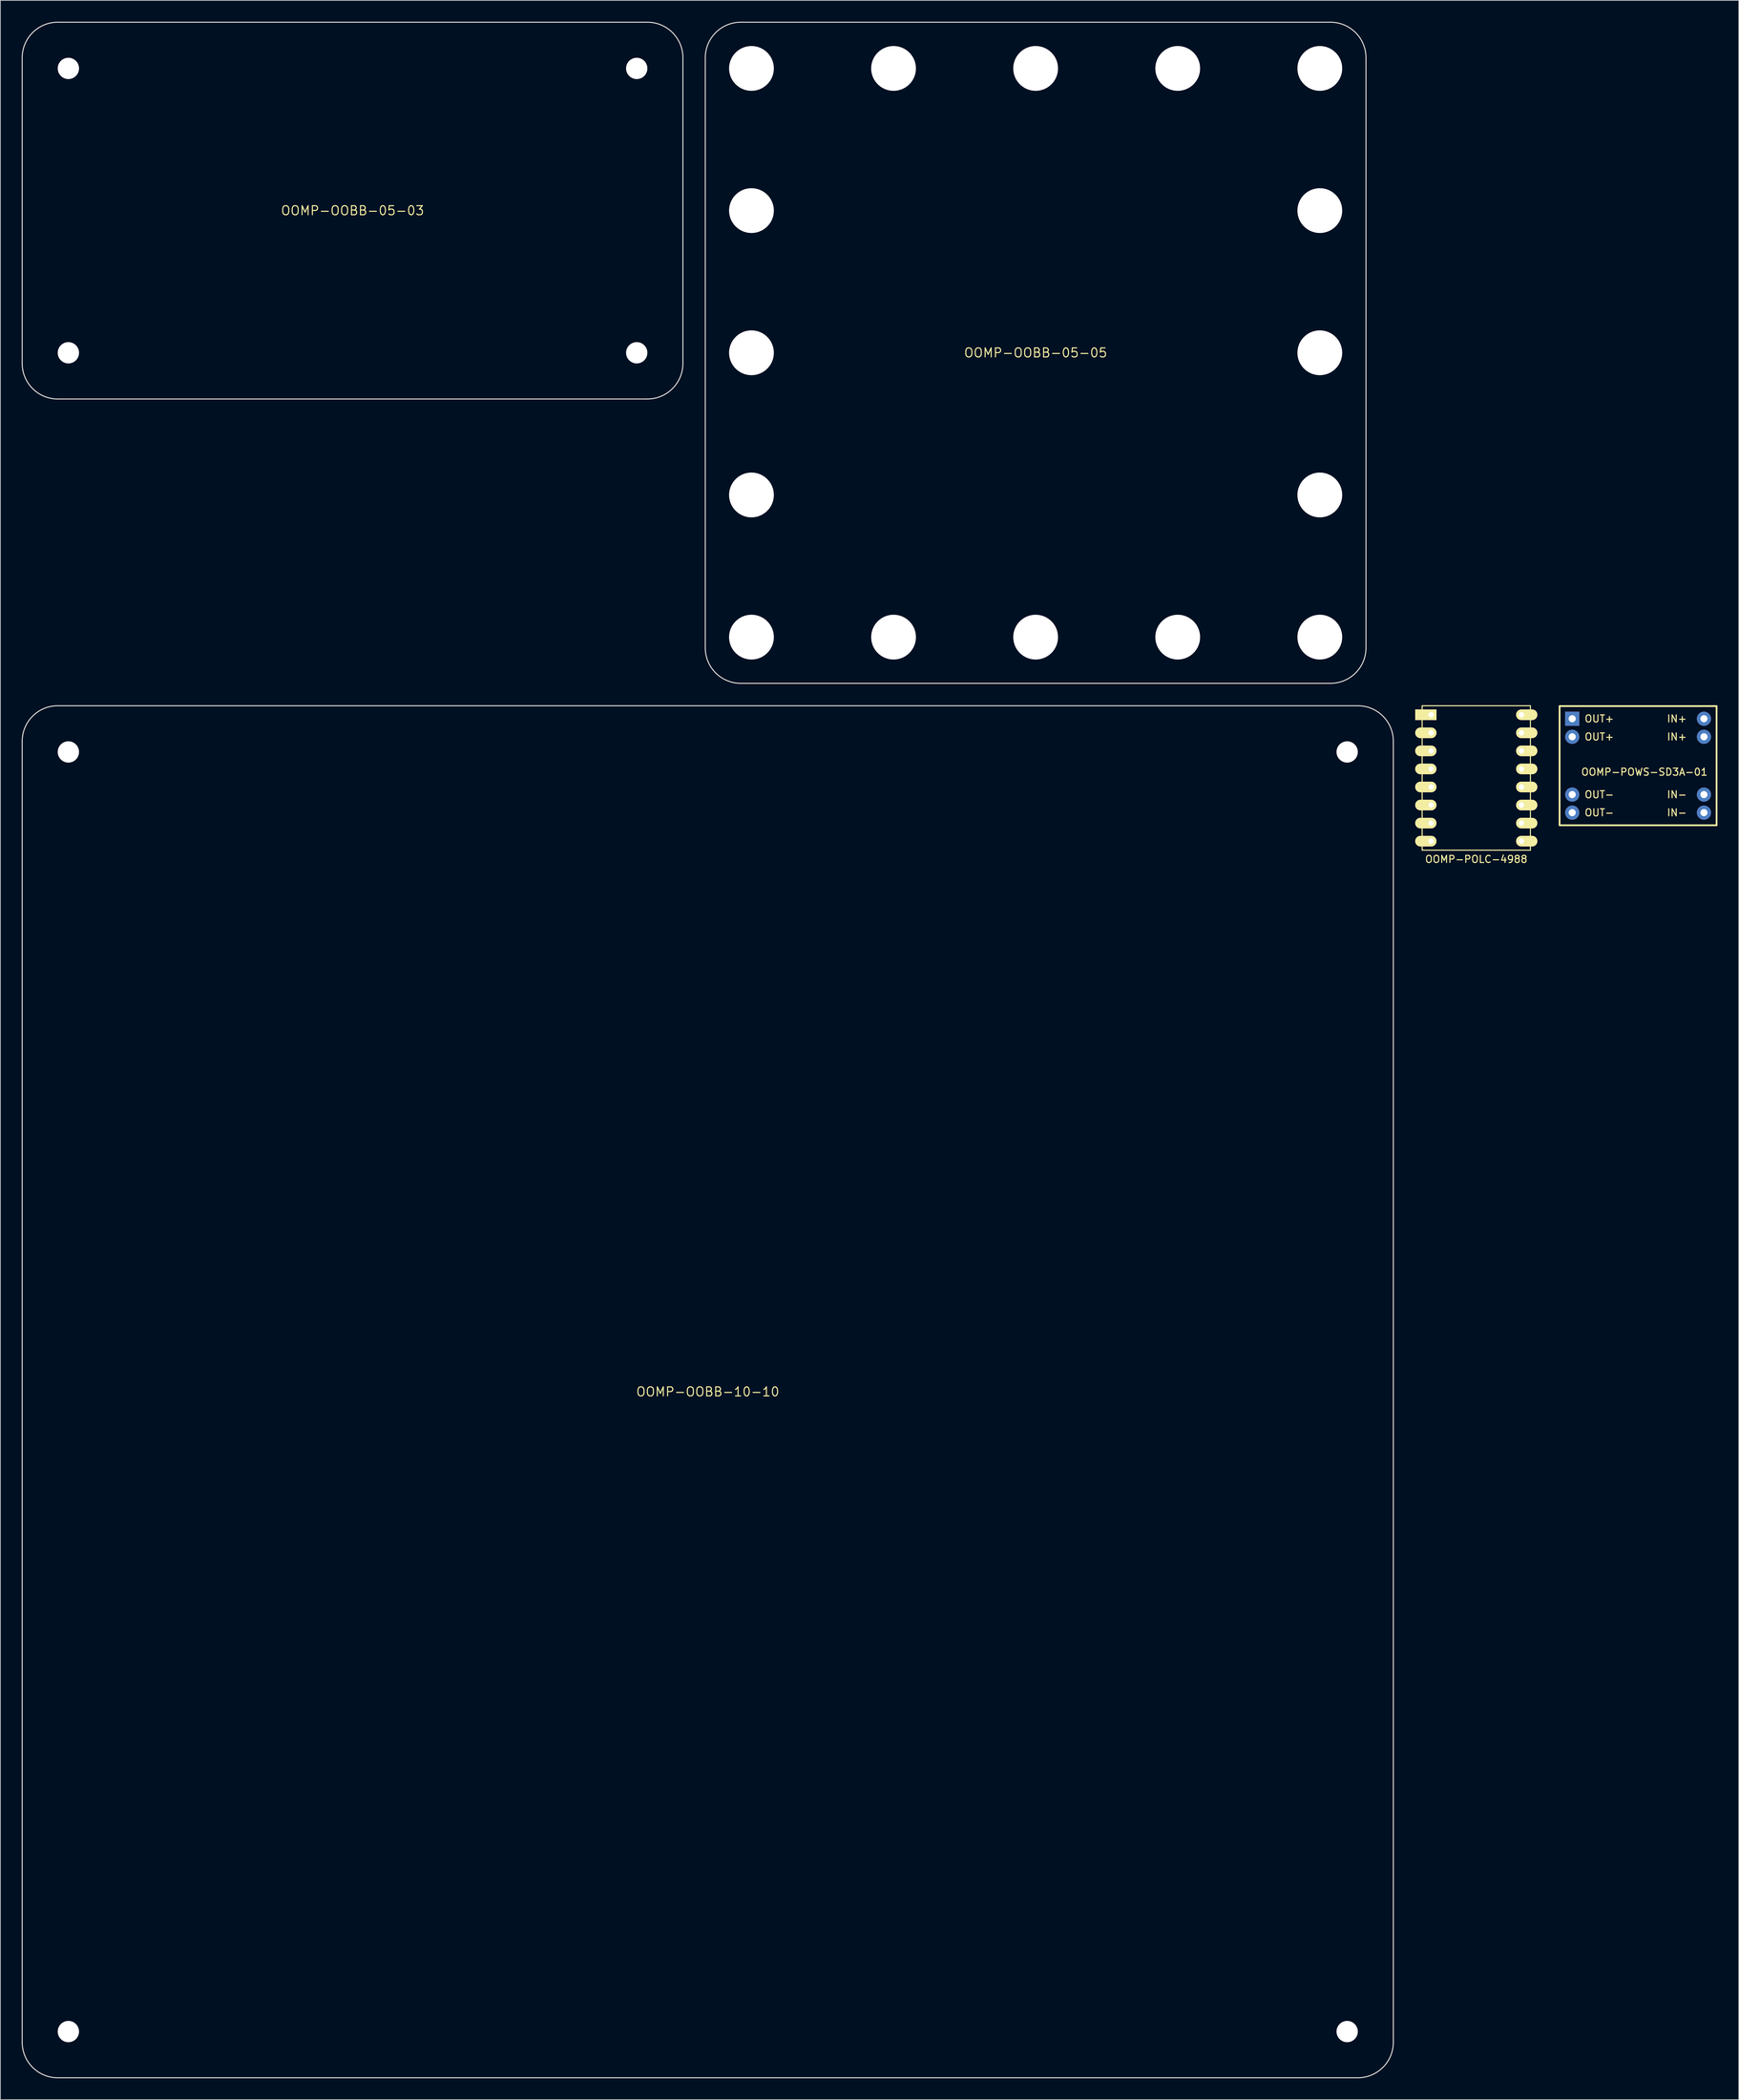
<source format=kicad_pcb>
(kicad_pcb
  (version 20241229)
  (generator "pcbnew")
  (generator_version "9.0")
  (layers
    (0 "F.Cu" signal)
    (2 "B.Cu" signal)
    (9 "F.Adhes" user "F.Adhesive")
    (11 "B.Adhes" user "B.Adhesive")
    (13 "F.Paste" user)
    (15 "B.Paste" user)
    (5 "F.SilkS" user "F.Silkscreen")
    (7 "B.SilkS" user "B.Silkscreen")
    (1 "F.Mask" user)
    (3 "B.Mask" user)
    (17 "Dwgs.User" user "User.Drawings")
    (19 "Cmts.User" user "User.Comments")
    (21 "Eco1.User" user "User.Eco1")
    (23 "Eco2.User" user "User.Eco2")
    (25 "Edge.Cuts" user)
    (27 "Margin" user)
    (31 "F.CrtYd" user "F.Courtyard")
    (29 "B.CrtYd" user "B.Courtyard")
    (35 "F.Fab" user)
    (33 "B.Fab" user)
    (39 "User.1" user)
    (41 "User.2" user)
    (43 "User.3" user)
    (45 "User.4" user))
  (footprint "OOMP-OOBB-05-03"
    (layer "F.Cu")
    (at 46.575 26.575)
    (property "Reference" "OOMP-OOBB-05-03" (at 0 0 0) (layer "F.SilkS") (effects (font (size 1.27 1.27) (thickness 0.15))))
    (attr through_hole)
    (fp_line (start -46.5 21.5) (end -46.5 -21.5) (stroke (width 0.15) (type solid)) (layer "Edge.Cuts"))
    (fp_line (start -41.5 -26.5) (end 41.5 -26.5) (stroke (width 0.15) (type solid)) (layer "Edge.Cuts"))
    (fp_line (start 41.5 26.5) (end -41.5 26.5) (stroke (width 0.15) (type solid)) (layer "Edge.Cuts"))
    (fp_line (start 46.5 21.5) (end 46.5 -21.5) (stroke (width 0.15) (type solid)) (layer "Edge.Cuts"))
    (fp_arc (start -46.5 -21.5) (mid -45.035534 -25.035534) (end -41.5 -26.5) (stroke (width 0.15) (type solid)) (layer "Edge.Cuts"))
    (fp_arc (start -41.5 26.5) (mid -45.035534 25.035534) (end -46.5 21.5) (stroke (width 0.15) (type solid)) (layer "Edge.Cuts"))
    (fp_arc (start 41.5 -26.5) (mid 45.035534 -25.035534) (end 46.5 -21.5) (stroke (width 0.15) (type solid)) (layer "Edge.Cuts"))
    (fp_arc (start 46.5 21.5) (mid 45.035534 25.035534) (end 41.5 26.5) (stroke (width 0.15) (type solid)) (layer "Edge.Cuts"))
    (pad "" np_thru_hole circle (at -40 -20) (size 3 3) (drill 3) (layers "*.Cu" "*.Mask"))
    (pad "" np_thru_hole circle (at -40 20) (size 3 3) (drill 3) (layers "*.Cu" "*.Mask"))
    (pad "" np_thru_hole circle (at 40 -20) (size 3 3) (drill 3) (layers "*.Cu" "*.Mask"))
    (pad "" np_thru_hole circle (at 40 20) (size 3 3) (drill 3) (layers "*.Cu" "*.Mask")))
  (footprint "OOMP-POLC-4988"
    (layer "F.Cu")
    (at 198.4 97.495)
    (property "Reference" "OOMP-POLC-4988" (at 6.35 20.32 0) (layer "F.SilkS") (effects (font (size 1 1) (thickness 0.15))))
    (attr through_hole)
    (fp_line (start -1.27 -1.27) (end 13.97 -1.27) (stroke (width 0.15) (type solid)) (layer "F.SilkS"))
    (fp_line (start -1.27 19.05) (end -1.27 -1.27) (stroke (width 0.15) (type solid)) (layer "F.SilkS"))
    (fp_line (start 13.97 -1.27) (end 13.97 19.05) (stroke (width 0.15) (type solid)) (layer "F.SilkS"))
    (fp_line (start 13.97 19.05) (end -1.27 19.05) (stroke (width 0.15) (type solid)) (layer "F.SilkS"))
    (pad "1" thru_hole rect (at 0 0) (size 3 1.5) (drill 0.762 (offset -0.75 0)) (layers "*.Cu" "*.Mask" "F.SilkS"))
    (pad "2" thru_hole oval (at 0 2.54) (size 3 1.5) (drill 0.762 (offset -0.75 0)) (layers "*.Cu" "*.Mask" "F.SilkS"))
    (pad "3" thru_hole oval (at 0 5.08) (size 3 1.5) (drill 0.762 (offset -0.75 0)) (layers "*.Cu" "*.Mask" "F.SilkS"))
    (pad "4" thru_hole oval (at 0 7.62) (size 3 1.5) (drill 0.762 (offset -0.75 0)) (layers "*.Cu" "*.Mask" "F.SilkS"))
    (pad "5" thru_hole oval (at 0 10.16) (size 3 1.5) (drill 0.762 (offset -0.75 0)) (layers "*.Cu" "*.Mask" "F.SilkS"))
    (pad "6" thru_hole oval (at 0 12.7) (size 3 1.5) (drill 0.762 (offset -0.75 0)) (layers "*.Cu" "*.Mask" "F.SilkS"))
    (pad "7" thru_hole oval (at 0 15.24) (size 3 1.5) (drill 0.762 (offset -0.75 0)) (layers "*.Cu" "*.Mask" "F.SilkS"))
    (pad "8" thru_hole oval (at 0 17.78) (size 3 1.5) (drill 0.762 (offset -0.75 0)) (layers "*.Cu" "*.Mask" "F.SilkS"))
    (pad "9" thru_hole oval (at 12.7 17.78) (size 3 1.5) (drill 0.762 (offset 0.75 0)) (layers "*.Cu" "*.Mask" "F.SilkS"))
    (pad "10" thru_hole oval (at 12.7 15.24) (size 3 1.5) (drill 0.762 (offset 0.75 0)) (layers "*.Cu" "*.Mask" "F.SilkS"))
    (pad "11" thru_hole oval (at 12.7 12.7) (size 3 1.5) (drill 0.762 (offset 0.75 0)) (layers "*.Cu" "*.Mask" "F.SilkS"))
    (pad "12" thru_hole oval (at 12.7 10.16) (size 3 1.5) (drill 0.762 (offset 0.75 0)) (layers "*.Cu" "*.Mask" "F.SilkS"))
    (pad "13" thru_hole oval (at 12.7 7.62) (size 3 1.5) (drill 0.762 (offset 0.75 0)) (layers "*.Cu" "*.Mask" "F.SilkS"))
    (pad "14" thru_hole oval (at 12.7 5.08) (size 3 1.5) (drill 0.762 (offset 0.75 0)) (layers "*.Cu" "*.Mask" "F.SilkS"))
    (pad "15" thru_hole oval (at 12.7 2.54) (size 3 1.5) (drill 0.762 (offset 0.75 0)) (layers "*.Cu" "*.Mask" "F.SilkS"))
    (pad "16" thru_hole oval (at 12.7 0) (size 3 1.5) (drill 0.762 (offset 0.75 0)) (layers "*.Cu" "*.Mask" "F.SilkS")))
  (footprint "OOMP-OOBB-10-10"
    (layer "F.Cu")
    (at 96.575 192.725)
    (property "Reference" "OOMP-OOBB-10-10" (at 0 0 0) (layer "F.SilkS") (effects (font (size 1.27 1.27) (thickness 0.15))))
    (attr through_hole)
    (fp_line (start -96.5 91.5) (end -96.5 -91.5) (stroke (width 0.15) (type solid)) (layer "Edge.Cuts"))
    (fp_line (start -91.5 -96.5) (end 91.5 -96.5) (stroke (width 0.15) (type solid)) (layer "Edge.Cuts"))
    (fp_line (start 91.5 96.5) (end -91.5 96.5) (stroke (width 0.15) (type solid)) (layer "Edge.Cuts"))
    (fp_line (start 96.5 91.5) (end 96.5 -91.5) (stroke (width 0.15) (type solid)) (layer "Edge.Cuts"))
    (fp_arc (start -96.5 -91.5) (mid -95.035534 -95.035534) (end -91.5 -96.5) (stroke (width 0.15) (type solid)) (layer "Edge.Cuts"))
    (fp_arc (start -91.5 96.5) (mid -95.035534 95.035534) (end -96.5 91.5) (stroke (width 0.15) (type solid)) (layer "Edge.Cuts"))
    (fp_arc (start 91.5 -96.5) (mid 95.035534 -95.035534) (end 96.5 -91.5) (stroke (width 0.15) (type solid)) (layer "Edge.Cuts"))
    (fp_arc (start 96.5 91.5) (mid 95.035534 95.035534) (end 91.5 96.5) (stroke (width 0.15) (type solid)) (layer "Edge.Cuts"))
    (pad "" np_thru_hole circle (at -90 -90) (size 3 3) (drill 3) (layers "*.Cu" "*.Mask"))
    (pad "" np_thru_hole circle (at -90 90) (size 3 3) (drill 3) (layers "*.Cu" "*.Mask"))
    (pad "" np_thru_hole circle (at 90 -90) (size 3 3) (drill 3) (layers "*.Cu" "*.Mask"))
    (pad "" np_thru_hole circle (at 90 90) (size 3 3) (drill 3) (layers "*.Cu" "*.Mask")))
  (footprint "OOMP-OOBB-05-05"
    (layer "F.Cu")
    (at 142.725 46.575)
    (property "Reference" "OOMP-OOBB-05-05" (at 0 0 0) (layer "F.SilkS") (effects (font (size 1.27 1.27) (thickness 0.15))))
    (attr through_hole)
    (fp_line (start -46.5 41.5) (end -46.5 -41.5) (stroke (width 0.15) (type solid)) (layer "Edge.Cuts"))
    (fp_line (start -41.5 -46.5) (end 41.5 -46.5) (stroke (width 0.15) (type solid)) (layer "Edge.Cuts"))
    (fp_line (start 41.5 46.5) (end -41.5 46.5) (stroke (width 0.15) (type solid)) (layer "Edge.Cuts"))
    (fp_line (start 46.5 41.5) (end 46.5 -41.5) (stroke (width 0.15) (type solid)) (layer "Edge.Cuts"))
    (fp_arc (start -46.5 -41.5) (mid -45.035534 -45.035534) (end -41.5 -46.5) (stroke (width 0.15) (type solid)) (layer "Edge.Cuts"))
    (fp_arc (start -41.5 46.5) (mid -45.035534 45.035534) (end -46.5 41.5) (stroke (width 0.15) (type solid)) (layer "Edge.Cuts"))
    (fp_arc (start 41.5 -46.5) (mid 45.035534 -45.035534) (end 46.5 -41.5) (stroke (width 0.15) (type solid)) (layer "Edge.Cuts"))
    (fp_arc (start 46.5 41.5) (mid 45.035534 45.035534) (end 41.5 46.5) (stroke (width 0.15) (type solid)) (layer "Edge.Cuts"))
    (pad "" np_thru_hole circle (at -40 -40) (size 6.3 6.3) (drill 6.3) (layers "*.Cu" "*.Mask"))
    (pad "" np_thru_hole circle (at -40 -20) (size 6.3 6.3) (drill 6.3) (layers "*.Cu" "*.Mask"))
    (pad "" np_thru_hole circle (at -40 0) (size 6.3 6.3) (drill 6.3) (layers "*.Cu" "*.Mask"))
    (pad "" np_thru_hole circle (at -40 20) (size 6.3 6.3) (drill 6.3) (layers "*.Cu" "*.Mask"))
    (pad "" np_thru_hole circle (at -40 40) (size 6.3 6.3) (drill 6.3) (layers "*.Cu" "*.Mask"))
    (pad "" np_thru_hole circle (at -20 -40) (size 6.3 6.3) (drill 6.3) (layers "*.Cu" "*.Mask"))
    (pad "" np_thru_hole circle (at -20 40) (size 6.3 6.3) (drill 6.3) (layers "*.Cu" "*.Mask"))
    (pad "" np_thru_hole circle (at 0 -40) (size 6.3 6.3) (drill 6.3) (layers "*.Cu" "*.Mask"))
    (pad "" np_thru_hole circle (at 0 40) (size 6.3 6.3) (drill 6.3) (layers "*.Cu" "*.Mask"))
    (pad "" np_thru_hole circle (at 20 -40) (size 6.3 6.3) (drill 6.3) (layers "*.Cu" "*.Mask"))
    (pad "" np_thru_hole circle (at 20 40) (size 6.3 6.3) (drill 6.3) (layers "*.Cu" "*.Mask"))
    (pad "" np_thru_hole circle (at 40 -40) (size 6.3 6.3) (drill 6.3) (layers "*.Cu" "*.Mask"))
    (pad "" np_thru_hole circle (at 40 -20) (size 6.3 6.3) (drill 6.3) (layers "*.Cu" "*.Mask"))
    (pad "" np_thru_hole circle (at 40 0) (size 6.3 6.3) (drill 6.3) (layers "*.Cu" "*.Mask"))
    (pad "" np_thru_hole circle (at 40 20) (size 6.3 6.3) (drill 6.3) (layers "*.Cu" "*.Mask"))
    (pad "" np_thru_hole circle (at 40 40) (size 6.3 6.3) (drill 6.3) (layers "*.Cu" "*.Mask")))
  (footprint "OOMP-POWS-SD3A-01"
    (layer "F.Cu")
    (at 218.253 98.053)
    (property "Reference" "OOMP-POWS-SD3A-01" (at 10.16 7.493 0) (layer "F.SilkS") (effects (font (size 1 1) (thickness 0.15))))
    (attr through_hole)
    (fp_line (start -1.778 -1.778) (end -1.778 14.986) (stroke (width 0.25) (type solid)) (layer "F.SilkS"))
    (fp_line (start -1.778 -1.778) (end 20.32 -1.778) (stroke (width 0.25) (type solid)) (layer "F.SilkS"))
    (fp_line (start -1.778 14.986) (end 20.32 14.986) (stroke (width 0.25) (type solid)) (layer "F.SilkS"))
    (fp_line (start 20.32 -1.778) (end 20.32 14.986) (stroke (width 0.25) (type solid)) (layer "F.SilkS"))
    (fp_text user "OUT-" (at 3.81 10.668 0) (layer "F.SilkS") (effects (font (size 1 1) (thickness 0.15))))
    (fp_text user "OUT+" (at 3.81 2.54 0) (layer "F.SilkS") (effects (font (size 1 1) (thickness 0.15))))
    (fp_text user "IN+" (at 14.732 2.54 0) (layer "F.SilkS") (effects (font (size 1 1) (thickness 0.15))))
    (fp_text user "IN+" (at 14.732 0 0) (layer "F.SilkS") (effects (font (size 1 1) (thickness 0.15))))
    (fp_text user "OUT-" (at 3.81 13.208 0) (layer "F.SilkS") (effects (font (size 1 1) (thickness 0.15))))
    (fp_text user "IN-" (at 14.732 10.668 0) (layer "F.SilkS") (effects (font (size 1 1) (thickness 0.15))))
    (fp_text user "OUT+" (at 3.81 0 0) (layer "F.SilkS") (effects (font (size 1 1) (thickness 0.15))))
    (fp_text user "IN-" (at 14.732 13.208 0) (layer "F.SilkS") (effects (font (size 1 1) (thickness 0.15))))
    (pad "1" thru_hole rect (at 0 0) (size 2 2) (drill 1) (layers "*.Cu" "*.Mask"))
    (pad "2" thru_hole oval (at 0 2.54) (size 2 2) (drill 1) (layers "*.Cu" "*.Mask"))
    (pad "3" thru_hole oval (at 0 10.668) (size 2 2) (drill 1) (layers "*.Cu" "*.Mask"))
    (pad "4" thru_hole oval (at 0 13.208) (size 2 2) (drill 1) (layers "*.Cu" "*.Mask"))
    (pad "5" thru_hole oval (at 18.542 13.208) (size 2 2) (drill 1) (layers "*.Cu" "*.Mask"))
    (pad "6" thru_hole oval (at 18.542 10.668) (size 2 2) (drill 1) (layers "*.Cu" "*.Mask"))
    (pad "7" thru_hole oval (at 18.542 2.54) (size 2 2) (drill 1) (layers "*.Cu" "*.Mask"))
    (pad "8" thru_hole oval (at 18.542 0) (size 2 2) (drill 1) (layers "*.Cu" "*.Mask")))
  (gr_rect
    (start -3 -3)
    (end 241.698 292.3)
    (stroke (width 0.1) (type default))
    (fill no)
    (layer "Edge.Cuts")))
</source>
